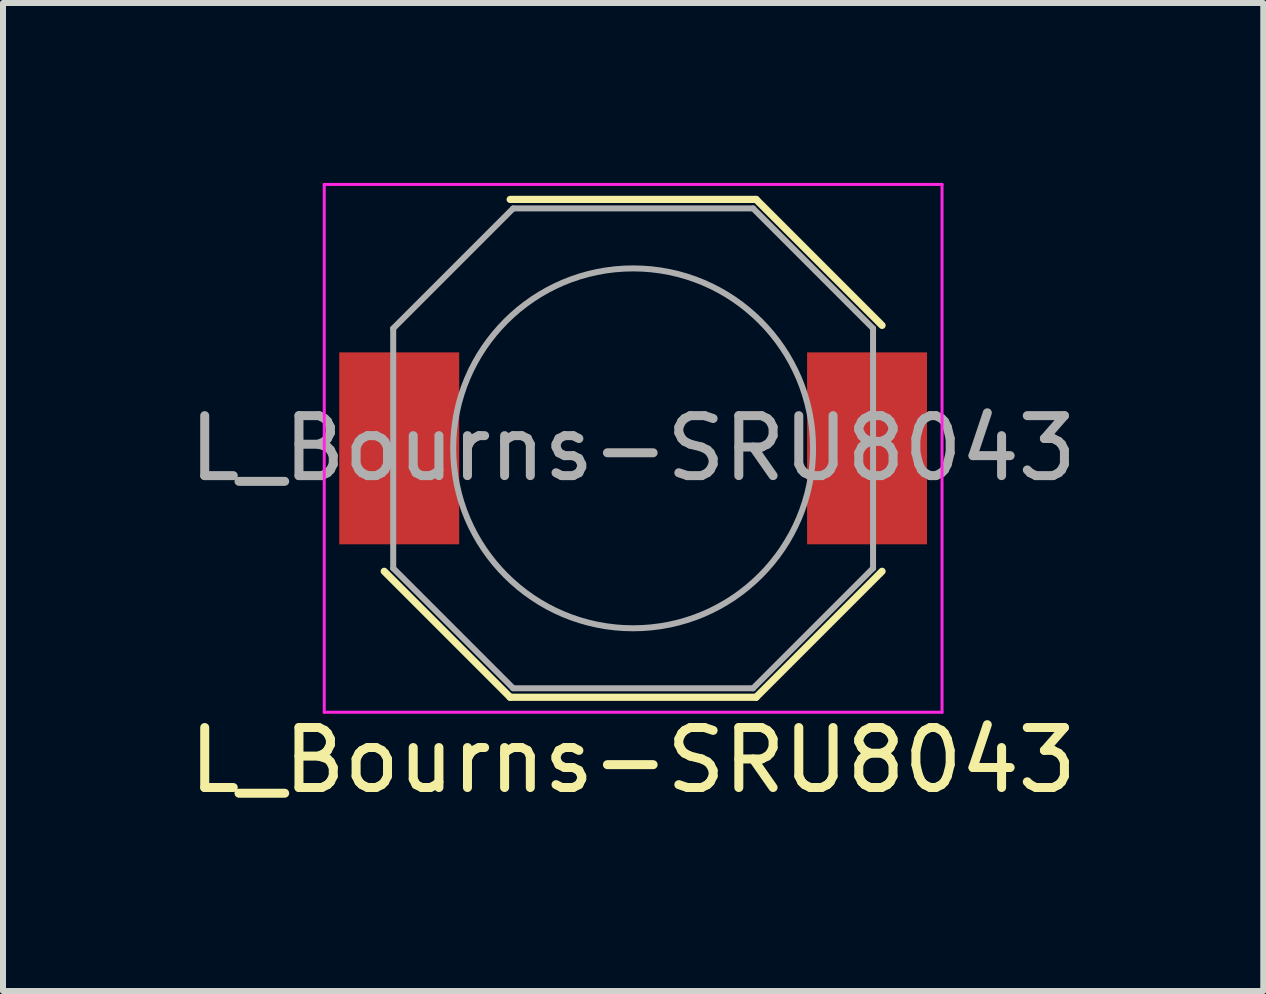
<source format=kicad_pcb>
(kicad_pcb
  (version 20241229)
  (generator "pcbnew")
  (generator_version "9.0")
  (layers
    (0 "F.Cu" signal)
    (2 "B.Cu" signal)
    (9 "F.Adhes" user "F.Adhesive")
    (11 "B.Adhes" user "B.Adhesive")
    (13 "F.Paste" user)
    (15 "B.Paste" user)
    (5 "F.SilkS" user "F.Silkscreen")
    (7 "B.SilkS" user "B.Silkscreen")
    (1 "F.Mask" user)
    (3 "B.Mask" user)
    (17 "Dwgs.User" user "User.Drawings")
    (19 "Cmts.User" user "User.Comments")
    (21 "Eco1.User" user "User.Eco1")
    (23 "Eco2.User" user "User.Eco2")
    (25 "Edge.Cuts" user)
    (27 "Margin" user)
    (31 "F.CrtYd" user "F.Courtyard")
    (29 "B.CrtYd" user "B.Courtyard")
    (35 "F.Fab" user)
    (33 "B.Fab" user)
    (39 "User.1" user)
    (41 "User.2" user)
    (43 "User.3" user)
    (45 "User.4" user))
  (footprint "L_Bourns-SRU8043"
    (layer "F.Cu")
    (at 7.506 4.425)
    (property "Reference" "L_Bourns-SRU8043" (at 0 5.2 180) (layer "F.SilkS") (effects (font (size 1 1) (thickness 0.15))))
    (attr smd)
    (fp_line (start -2.05 -4.15) (end 2.05 -4.15) (stroke (width 0.12) (type solid)) (layer "F.SilkS"))
    (fp_line (start -2.05 4.15) (end -4.15 2.05) (stroke (width 0.12) (type solid)) (layer "F.SilkS"))
    (fp_line (start 2.05 -4.15) (end 4.15 -2.05) (stroke (width 0.12) (type solid)) (layer "F.SilkS"))
    (fp_line (start 2.05 4.15) (end -2.05 4.15) (stroke (width 0.12) (type solid)) (layer "F.SilkS"))
    (fp_line (start 2.05 4.15) (end 4.15 2.05) (stroke (width 0.12) (type solid)) (layer "F.SilkS"))
    (fp_line (start -5.15 -4.4) (end 5.15 -4.4) (stroke (width 0.05) (type solid)) (layer "F.CrtYd"))
    (fp_line (start -5.15 4.4) (end -5.15 -4.4) (stroke (width 0.05) (type solid)) (layer "F.CrtYd"))
    (fp_line (start 5.15 -4.4) (end 5.15 4.4) (stroke (width 0.05) (type solid)) (layer "F.CrtYd"))
    (fp_line (start 5.15 4.4) (end -5.15 4.4) (stroke (width 0.05) (type solid)) (layer "F.CrtYd"))
    (fp_line (start -4 -2) (end -2 -4) (stroke (width 0.1) (type solid)) (layer "F.Fab"))
    (fp_line (start -4 2) (end -4 -2) (stroke (width 0.1) (type solid)) (layer "F.Fab"))
    (fp_line (start -2 -4) (end 2 -4) (stroke (width 0.1) (type solid)) (layer "F.Fab"))
    (fp_line (start -2 4) (end -4 2) (stroke (width 0.1) (type solid)) (layer "F.Fab"))
    (fp_line (start 2 -4) (end 4 -2) (stroke (width 0.1) (type solid)) (layer "F.Fab"))
    (fp_line (start 2 4) (end -2 4) (stroke (width 0.1) (type solid)) (layer "F.Fab"))
    (fp_line (start 4 -2) (end 4 2) (stroke (width 0.1) (type solid)) (layer "F.Fab"))
    (fp_line (start 4 2) (end 2 4) (stroke (width 0.1) (type solid)) (layer "F.Fab"))
    (fp_circle (center 0 0) (end 0 -3) (stroke (width 0.1) (type solid)) (fill no) (layer "F.Fab"))
    (fp_text user "${REFERENCE}" (at 0 0 180) (layer "F.Fab") (effects (font (size 1 1) (thickness 0.15))))
    (pad "1" smd rect (at -3.9 0) (size 2 3.2) (layers "F.Cu" "F.Mask" "F.Paste"))
    (pad "2" smd rect (at 3.9 0) (size 2 3.2) (layers "F.Cu" "F.Mask" "F.Paste")))
  (gr_rect
    (start -3 -3)
    (end 18.012 13.473)
    (stroke (width 0.1) (type default))
    (fill no)
    (layer "Edge.Cuts")))
</source>
